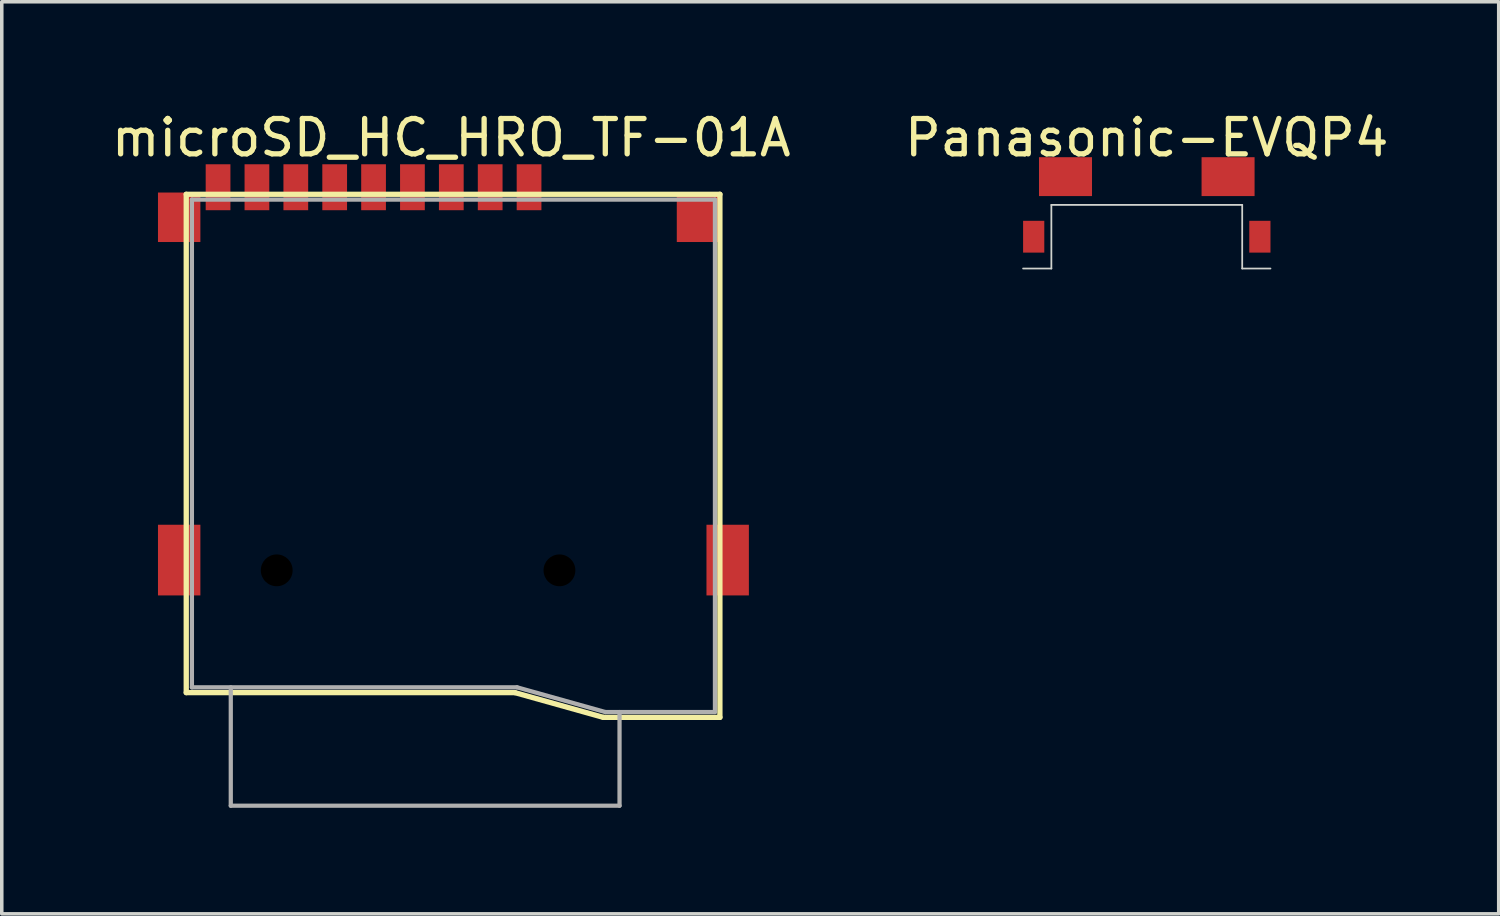
<source format=kicad_pcb>
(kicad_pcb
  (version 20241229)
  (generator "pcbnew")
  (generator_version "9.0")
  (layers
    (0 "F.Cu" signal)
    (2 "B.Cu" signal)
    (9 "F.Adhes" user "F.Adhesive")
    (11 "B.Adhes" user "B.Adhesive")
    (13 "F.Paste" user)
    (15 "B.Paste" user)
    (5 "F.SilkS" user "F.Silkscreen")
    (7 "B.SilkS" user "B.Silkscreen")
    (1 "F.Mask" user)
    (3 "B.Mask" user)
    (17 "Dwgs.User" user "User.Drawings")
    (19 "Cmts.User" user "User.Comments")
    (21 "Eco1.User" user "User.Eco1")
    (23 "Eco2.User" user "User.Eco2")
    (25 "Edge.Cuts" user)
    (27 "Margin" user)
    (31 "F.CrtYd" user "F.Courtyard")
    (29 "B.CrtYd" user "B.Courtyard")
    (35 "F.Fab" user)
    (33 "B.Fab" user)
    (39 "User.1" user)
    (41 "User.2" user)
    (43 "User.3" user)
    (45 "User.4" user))
  (footprint "Panasonic-EVQP4"
    (layer "F.Cu")
    (at 29.399 4.548)
    (property "Reference" "Panasonic-EVQP4" (at 0 -3.7 0) (layer "F.SilkS") (effects (font (size 1 1) (thickness 0.15))))
    (attr smd)
    (fp_line (start -2.7 -1.8) (end -2.7 0) (stroke (width 0.05) (type solid)) (layer "Edge.Cuts"))
    (fp_line (start -2.7 0) (end -3.5 0) (stroke (width 0.05) (type solid)) (layer "Edge.Cuts"))
    (fp_line (start 2.7 -1.8) (end -2.7 -1.8) (stroke (width 0.05) (type solid)) (layer "Edge.Cuts"))
    (fp_line (start 2.7 0) (end 2.7 -1.8) (stroke (width 0.05) (type solid)) (layer "Edge.Cuts"))
    (fp_line (start 2.7 0) (end 3.5 0) (stroke (width 0.05) (type solid)) (layer "Edge.Cuts"))
    (pad "1" smd rect (at -2.3 -2.6) (size 1.5 1.1) (layers "F.Cu" "F.Mask" "F.Paste"))
    (pad "2" smd rect (at 2.3 -2.6) (size 1.5 1.1) (layers "F.Cu" "F.Mask" "F.Paste"))
    (pad "MP" smd rect (at -3.2 -0.9) (size 0.6 0.9) (layers "F.Cu" "F.Mask" "F.Paste"))
    (pad "MP" smd rect (at 3.2 -0.9) (size 0.6 0.9) (layers "F.Cu" "F.Mask" "F.Paste")))
  (footprint "microSD_HC_HRO_TF-01A"
    (layer "F.Cu")
    (at 9.72 9.848)
    (property "Reference" "microSD_HC_HRO_TF-01A" (at 0 -9 0) (layer "F.SilkS") (effects (font (size 1 1) (thickness 0.15))))
    (attr smd)
    (fp_line (start -7.5 -7.4) (end 7.6 -7.4) (stroke (width 0.15) (type solid)) (layer "F.SilkS"))
    (fp_line (start -7.5 6.7) (end -7.5 -7.4) (stroke (width 0.15) (type solid)) (layer "F.SilkS"))
    (fp_line (start 1.8 6.7) (end -7.5 6.7) (stroke (width 0.15) (type solid)) (layer "F.SilkS"))
    (fp_line (start 4.3 7.4) (end 1.8 6.7) (stroke (width 0.15) (type solid)) (layer "F.SilkS"))
    (fp_line (start 7.6 -7.4) (end 7.6 7.4) (stroke (width 0.15) (type solid)) (layer "F.SilkS"))
    (fp_line (start 7.6 7.4) (end 4.3 7.4) (stroke (width 0.15) (type solid)) (layer "F.SilkS"))
    (fp_line (start -7.34 -7.25) (end -7.34 6.55) (stroke (width 0.12) (type solid)) (layer "F.Fab"))
    (fp_line (start -7.34 -7.25) (end 7.46 -7.25) (stroke (width 0.12) (type solid)) (layer "F.Fab"))
    (fp_line (start -7.34 6.55) (end 1.86 6.55) (stroke (width 0.12) (type solid)) (layer "F.Fab"))
    (fp_line (start -6.24 6.55) (end -6.24 9.9) (stroke (width 0.12) (type solid)) (layer "F.Fab"))
    (fp_line (start -6.24 9.9) (end 4.76 9.9) (stroke (width 0.12) (type solid)) (layer "F.Fab"))
    (fp_line (start 1.86 6.55) (end 4.36 7.25) (stroke (width 0.12) (type solid)) (layer "F.Fab"))
    (fp_line (start 4.76 9.9) (end 4.76 7.25) (stroke (width 0.12) (type solid)) (layer "F.Fab"))
    (fp_line (start 7.46 -7.25) (end 7.46 7.25) (stroke (width 0.12) (type solid)) (layer "F.Fab"))
    (fp_line (start 7.46 7.25) (end 4.36 7.25) (stroke (width 0.12) (type solid)) (layer "F.Fab"))
    (pad "" np_thru_hole circle (at -4.94 3.24) (size 0.9 0.9) (drill 0.9) (layers "*.Mask"))
    (pad "" np_thru_hole circle (at 3.06 3.24) (size 0.9 0.9) (drill 0.9) (layers "*.Mask"))
    (pad "1" smd rect (at 2.2 -7.6) (size 0.7 1.3) (layers "F.Cu" "F.Mask" "F.Paste"))
    (pad "2" smd rect (at 1.1 -7.6) (size 0.7 1.3) (layers "F.Cu" "F.Mask" "F.Paste"))
    (pad "3" smd rect (at 0 -7.6) (size 0.7 1.3) (layers "F.Cu" "F.Mask" "F.Paste"))
    (pad "4" smd rect (at -1.1 -7.6) (size 0.7 1.3) (layers "F.Cu" "F.Mask" "F.Paste"))
    (pad "5" smd rect (at -2.2 -7.6) (size 0.7 1.3) (layers "F.Cu" "F.Mask" "F.Paste"))
    (pad "6" smd rect (at -3.3 -7.6) (size 0.7 1.3) (layers "F.Cu" "F.Mask" "F.Paste"))
    (pad "7" smd rect (at -4.4 -7.6) (size 0.7 1.3) (layers "F.Cu" "F.Mask" "F.Paste"))
    (pad "8" smd rect (at -5.5 -7.6) (size 0.7 1.3) (layers "F.Cu" "F.Mask" "F.Paste"))
    (pad "9" smd rect (at -6.6 -7.6) (size 0.7 1.3) (layers "F.Cu" "F.Mask" "F.Paste"))
    (pad "10" smd rect (at -7.7 -6.75) (size 1.2 1.4) (layers "F.Cu" "F.Mask" "F.Paste"))
    (pad "10" smd rect (at -7.7 2.95) (size 1.2 2) (layers "F.Cu" "F.Mask" "F.Paste"))
    (pad "11" smd rect (at 6.98 -6.75) (size 1.2 1.4) (layers "F.Cu" "F.Mask" "F.Paste"))
    (pad "11" smd rect (at 7.82 2.95) (size 1.2 2) (layers "F.Cu" "F.Mask" "F.Paste")))
  (gr_rect
    (start -3 -3)
    (end 39.357 22.808)
    (stroke (width 0.1) (type default))
    (fill no)
    (layer "Edge.Cuts")))
</source>
